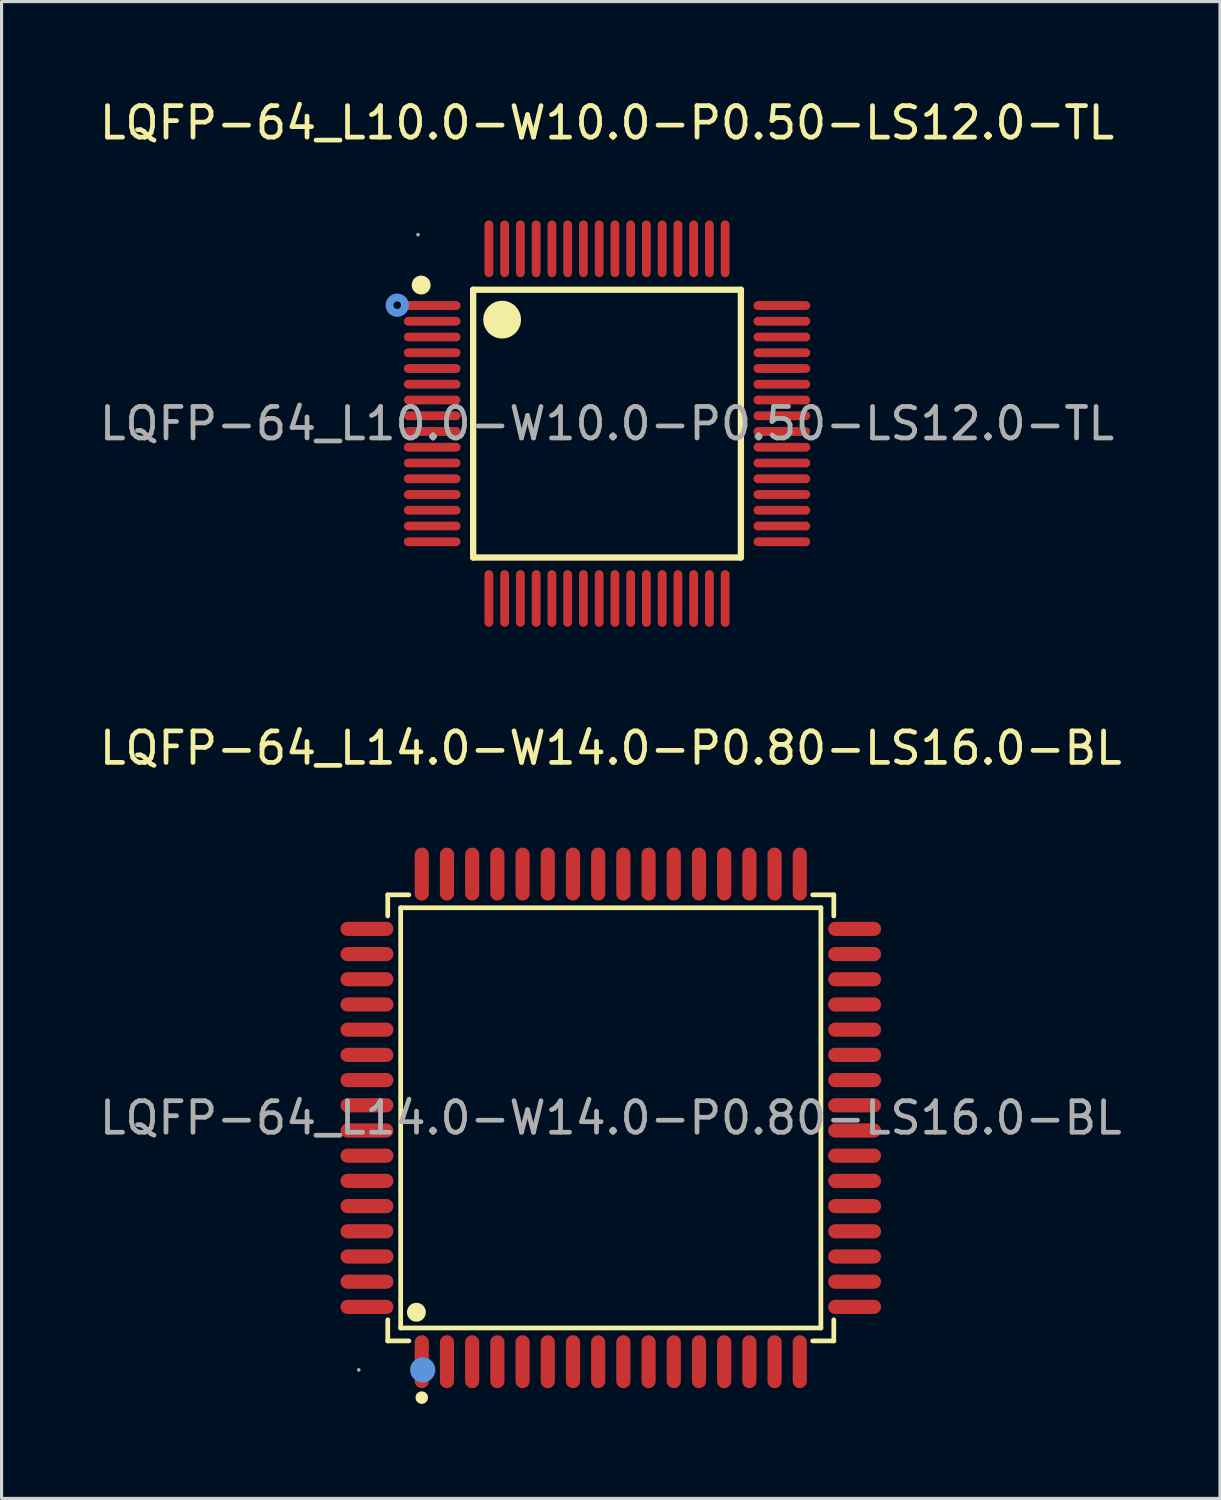
<source format=kicad_pcb>
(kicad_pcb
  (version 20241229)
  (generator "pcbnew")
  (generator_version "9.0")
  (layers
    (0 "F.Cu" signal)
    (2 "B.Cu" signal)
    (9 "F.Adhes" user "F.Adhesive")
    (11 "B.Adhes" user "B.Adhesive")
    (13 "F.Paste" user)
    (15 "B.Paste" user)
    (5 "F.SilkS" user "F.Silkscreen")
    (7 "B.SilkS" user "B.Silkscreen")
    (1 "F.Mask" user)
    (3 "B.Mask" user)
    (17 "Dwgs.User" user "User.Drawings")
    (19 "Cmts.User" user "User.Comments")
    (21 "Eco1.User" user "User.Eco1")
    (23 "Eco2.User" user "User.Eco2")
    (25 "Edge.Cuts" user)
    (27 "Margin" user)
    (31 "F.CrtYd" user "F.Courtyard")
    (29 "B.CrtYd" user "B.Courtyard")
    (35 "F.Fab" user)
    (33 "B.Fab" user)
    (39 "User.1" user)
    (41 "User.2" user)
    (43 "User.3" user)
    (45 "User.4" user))
  (footprint "LQFP-64_L10.0-W10.0-P0.50-LS12.0-TL"
    (layer "F.Cu")
    (at 16.22 10.398)
    (property "Reference" "LQFP-64_L10.0-W10.0-P0.50-LS12.0-TL" (at 0 -9.55 0) (layer "F.SilkS") (effects (font (size 1 1) (thickness 0.15))))
    (attr through_hole)
    (fp_line (start -4.25 -4.25) (end -4.25 4.25) (stroke (width 0.2) (type solid)) (layer "F.SilkS"))
    (fp_line (start -4.25 4.25) (end 4.25 4.25) (stroke (width 0.2) (type solid)) (layer "F.SilkS"))
    (fp_line (start 4.25 -4.25) (end -4.25 -4.25) (stroke (width 0.2) (type solid)) (layer "F.SilkS"))
    (fp_line (start 4.25 4.25) (end 4.25 -4.25) (stroke (width 0.2) (type solid)) (layer "F.SilkS"))
    (fp_arc (start -5.75 -4.39) (mid -6.05025 -4.404995) (end -5.749667 -4.400016) (stroke (width 0.3) (type solid)) (layer "F.SilkS"))
    (fp_arc (start -3.03 -3.29) (mid -3.630125 -3.304999) (end -3.029833 -3.300004) (stroke (width 0.6) (type solid)) (layer "F.SilkS"))
    (fp_circle (center -6.66 -3.76) (end -6.54 -3.76) (stroke (width 0.25) (type solid)) (fill no) (layer "Cmts.User"))
    (fp_circle (center -6 -6) (end -5.97 -6) (stroke (width 0.06) (type solid)) (fill no) (layer "F.Fab"))
    (fp_text user "${REFERENCE}" (at 0 0 0) (layer "F.Fab") (effects (font (size 1 1) (thickness 0.15))))
    (pad "1" smd oval (at -5.55 -3.75) (size 1.8 0.28) (layers "F.Cu" "F.Mask" "F.Paste"))
    (pad "2" smd oval (at -5.55 -3.25) (size 1.8 0.28) (layers "F.Cu" "F.Mask" "F.Paste"))
    (pad "3" smd oval (at -5.55 -2.75) (size 1.8 0.28) (layers "F.Cu" "F.Mask" "F.Paste"))
    (pad "4" smd oval (at -5.55 -2.25) (size 1.8 0.28) (layers "F.Cu" "F.Mask" "F.Paste"))
    (pad "5" smd oval (at -5.55 -1.75) (size 1.8 0.28) (layers "F.Cu" "F.Mask" "F.Paste"))
    (pad "6" smd oval (at -5.55 -1.25) (size 1.8 0.28) (layers "F.Cu" "F.Mask" "F.Paste"))
    (pad "7" smd oval (at -5.55 -0.75) (size 1.8 0.28) (layers "F.Cu" "F.Mask" "F.Paste"))
    (pad "8" smd oval (at -5.55 -0.25) (size 1.8 0.28) (layers "F.Cu" "F.Mask" "F.Paste"))
    (pad "9" smd oval (at -5.55 0.25) (size 1.8 0.28) (layers "F.Cu" "F.Mask" "F.Paste"))
    (pad "10" smd oval (at -5.55 0.75) (size 1.8 0.28) (layers "F.Cu" "F.Mask" "F.Paste"))
    (pad "11" smd oval (at -5.55 1.25) (size 1.8 0.28) (layers "F.Cu" "F.Mask" "F.Paste"))
    (pad "12" smd oval (at -5.55 1.75) (size 1.8 0.28) (layers "F.Cu" "F.Mask" "F.Paste"))
    (pad "13" smd oval (at -5.55 2.25) (size 1.8 0.28) (layers "F.Cu" "F.Mask" "F.Paste"))
    (pad "14" smd oval (at -5.55 2.75) (size 1.8 0.28) (layers "F.Cu" "F.Mask" "F.Paste"))
    (pad "15" smd oval (at -5.55 3.25) (size 1.8 0.28) (layers "F.Cu" "F.Mask" "F.Paste"))
    (pad "16" smd oval (at -5.55 3.75) (size 1.8 0.28) (layers "F.Cu" "F.Mask" "F.Paste"))
    (pad "17" smd oval (at -3.75 5.55) (size 0.28 1.8) (layers "F.Cu" "F.Mask" "F.Paste"))
    (pad "18" smd oval (at -3.25 5.55) (size 0.28 1.8) (layers "F.Cu" "F.Mask" "F.Paste"))
    (pad "19" smd oval (at -2.75 5.55) (size 0.28 1.8) (layers "F.Cu" "F.Mask" "F.Paste"))
    (pad "20" smd oval (at -2.25 5.55) (size 0.28 1.8) (layers "F.Cu" "F.Mask" "F.Paste"))
    (pad "21" smd oval (at -1.75 5.55) (size 0.28 1.8) (layers "F.Cu" "F.Mask" "F.Paste"))
    (pad "22" smd oval (at -1.25 5.55) (size 0.28 1.8) (layers "F.Cu" "F.Mask" "F.Paste"))
    (pad "23" smd oval (at -0.75 5.55) (size 0.28 1.8) (layers "F.Cu" "F.Mask" "F.Paste"))
    (pad "24" smd oval (at -0.25 5.55) (size 0.28 1.8) (layers "F.Cu" "F.Mask" "F.Paste"))
    (pad "25" smd oval (at 0.25 5.55) (size 0.28 1.8) (layers "F.Cu" "F.Mask" "F.Paste"))
    (pad "26" smd oval (at 0.75 5.55) (size 0.28 1.8) (layers "F.Cu" "F.Mask" "F.Paste"))
    (pad "27" smd oval (at 1.25 5.55) (size 0.28 1.8) (layers "F.Cu" "F.Mask" "F.Paste"))
    (pad "28" smd oval (at 1.75 5.55) (size 0.28 1.8) (layers "F.Cu" "F.Mask" "F.Paste"))
    (pad "29" smd oval (at 2.25 5.55) (size 0.28 1.8) (layers "F.Cu" "F.Mask" "F.Paste"))
    (pad "30" smd oval (at 2.75 5.55) (size 0.28 1.8) (layers "F.Cu" "F.Mask" "F.Paste"))
    (pad "31" smd oval (at 3.25 5.55) (size 0.28 1.8) (layers "F.Cu" "F.Mask" "F.Paste"))
    (pad "32" smd oval (at 3.75 5.55) (size 0.28 1.8) (layers "F.Cu" "F.Mask" "F.Paste"))
    (pad "33" smd oval (at 5.55 3.75) (size 1.8 0.28) (layers "F.Cu" "F.Mask" "F.Paste"))
    (pad "34" smd oval (at 5.55 3.25) (size 1.8 0.28) (layers "F.Cu" "F.Mask" "F.Paste"))
    (pad "35" smd oval (at 5.55 2.75) (size 1.8 0.28) (layers "F.Cu" "F.Mask" "F.Paste"))
    (pad "36" smd oval (at 5.55 2.25) (size 1.8 0.28) (layers "F.Cu" "F.Mask" "F.Paste"))
    (pad "37" smd oval (at 5.55 1.75) (size 1.8 0.28) (layers "F.Cu" "F.Mask" "F.Paste"))
    (pad "38" smd oval (at 5.55 1.25) (size 1.8 0.28) (layers "F.Cu" "F.Mask" "F.Paste"))
    (pad "39" smd oval (at 5.55 0.75) (size 1.8 0.28) (layers "F.Cu" "F.Mask" "F.Paste"))
    (pad "40" smd oval (at 5.55 0.25) (size 1.8 0.28) (layers "F.Cu" "F.Mask" "F.Paste"))
    (pad "41" smd oval (at 5.55 -0.25) (size 1.8 0.28) (layers "F.Cu" "F.Mask" "F.Paste"))
    (pad "42" smd oval (at 5.55 -0.75) (size 1.8 0.28) (layers "F.Cu" "F.Mask" "F.Paste"))
    (pad "43" smd oval (at 5.55 -1.25) (size 1.8 0.28) (layers "F.Cu" "F.Mask" "F.Paste"))
    (pad "44" smd oval (at 5.55 -1.75) (size 1.8 0.28) (layers "F.Cu" "F.Mask" "F.Paste"))
    (pad "45" smd oval (at 5.55 -2.25) (size 1.8 0.28) (layers "F.Cu" "F.Mask" "F.Paste"))
    (pad "46" smd oval (at 5.55 -2.75) (size 1.8 0.28) (layers "F.Cu" "F.Mask" "F.Paste"))
    (pad "47" smd oval (at 5.55 -3.25) (size 1.8 0.28) (layers "F.Cu" "F.Mask" "F.Paste"))
    (pad "48" smd oval (at 5.55 -3.75) (size 1.8 0.28) (layers "F.Cu" "F.Mask" "F.Paste"))
    (pad "49" smd oval (at 3.75 -5.55) (size 0.28 1.8) (layers "F.Cu" "F.Mask" "F.Paste"))
    (pad "50" smd oval (at 3.25 -5.55) (size 0.28 1.8) (layers "F.Cu" "F.Mask" "F.Paste"))
    (pad "51" smd oval (at 2.75 -5.55) (size 0.28 1.8) (layers "F.Cu" "F.Mask" "F.Paste"))
    (pad "52" smd oval (at 2.25 -5.55) (size 0.28 1.8) (layers "F.Cu" "F.Mask" "F.Paste"))
    (pad "53" smd oval (at 1.75 -5.55) (size 0.28 1.8) (layers "F.Cu" "F.Mask" "F.Paste"))
    (pad "54" smd oval (at 1.25 -5.55) (size 0.28 1.8) (layers "F.Cu" "F.Mask" "F.Paste"))
    (pad "55" smd oval (at 0.75 -5.55) (size 0.28 1.8) (layers "F.Cu" "F.Mask" "F.Paste"))
    (pad "56" smd oval (at 0.25 -5.55) (size 0.28 1.8) (layers "F.Cu" "F.Mask" "F.Paste"))
    (pad "57" smd oval (at -0.25 -5.55) (size 0.28 1.8) (layers "F.Cu" "F.Mask" "F.Paste"))
    (pad "58" smd oval (at -0.75 -5.55) (size 0.28 1.8) (layers "F.Cu" "F.Mask" "F.Paste"))
    (pad "59" smd oval (at -1.25 -5.55) (size 0.28 1.8) (layers "F.Cu" "F.Mask" "F.Paste"))
    (pad "60" smd oval (at -1.75 -5.55) (size 0.28 1.8) (layers "F.Cu" "F.Mask" "F.Paste"))
    (pad "61" smd oval (at -2.25 -5.55) (size 0.28 1.8) (layers "F.Cu" "F.Mask" "F.Paste"))
    (pad "62" smd oval (at -2.75 -5.55) (size 0.28 1.8) (layers "F.Cu" "F.Mask" "F.Paste"))
    (pad "63" smd oval (at -3.25 -5.55) (size 0.28 1.8) (layers "F.Cu" "F.Mask" "F.Paste"))
    (pad "64" smd oval (at -3.75 -5.55) (size 0.28 1.8) (layers "F.Cu" "F.Mask" "F.Paste")))
  (footprint "LQFP-64_L14.0-W14.0-P0.80-LS16.0-BL"
    (layer "F.Cu")
    (at 16.339 32.437)
    (property "Reference" "LQFP-64_L14.0-W14.0-P0.80-LS16.0-BL" (at 0 -11.74 0) (layer "F.SilkS") (effects (font (size 1 1) (thickness 0.15))))
    (attr through_hole)
    (fp_line (start -7.08 -7.08) (end -6.41 -7.08) (stroke (width 0.15) (type solid)) (layer "F.SilkS"))
    (fp_line (start -7.08 -6.41) (end -7.08 -7.08) (stroke (width 0.15) (type solid)) (layer "F.SilkS"))
    (fp_line (start -7.08 6.41) (end -7.08 7.08) (stroke (width 0.15) (type solid)) (layer "F.SilkS"))
    (fp_line (start -7.08 7.08) (end -6.41 7.08) (stroke (width 0.15) (type solid)) (layer "F.SilkS"))
    (fp_line (start -6.67 -6.67) (end 6.67 -6.67) (stroke (width 0.15) (type solid)) (layer "F.SilkS"))
    (fp_line (start -6.67 6.67) (end -6.67 -6.67) (stroke (width 0.15) (type solid)) (layer "F.SilkS"))
    (fp_line (start 6.67 -6.67) (end 6.67 6.67) (stroke (width 0.15) (type solid)) (layer "F.SilkS"))
    (fp_line (start 6.67 6.67) (end -6.67 6.67) (stroke (width 0.15) (type solid)) (layer "F.SilkS"))
    (fp_line (start 7.08 -7.08) (end 6.41 -7.08) (stroke (width 0.15) (type solid)) (layer "F.SilkS"))
    (fp_line (start 7.08 -6.41) (end 7.08 -7.08) (stroke (width 0.15) (type solid)) (layer "F.SilkS"))
    (fp_line (start 7.08 6.41) (end 7.08 7.08) (stroke (width 0.15) (type solid)) (layer "F.SilkS"))
    (fp_line (start 7.08 7.08) (end 6.41 7.08) (stroke (width 0.15) (type solid)) (layer "F.SilkS"))
    (fp_circle (center -6.17 6.17) (end -6.02 6.17) (stroke (width 0.3) (type solid)) (fill no) (layer "F.SilkS"))
    (fp_circle (center -6 8.88) (end -5.9 8.88) (stroke (width 0.2) (type solid)) (fill no) (layer "F.SilkS"))
    (fp_circle (center -5.97 8) (end -5.77 8) (stroke (width 0.4) (type solid)) (fill no) (layer "Cmts.User"))
    (fp_circle (center -8 8) (end -7.97 8) (stroke (width 0.06) (type solid)) (fill no) (layer "F.Fab"))
    (fp_text user "${REFERENCE}" (at 0 0 0) (layer "F.Fab") (effects (font (size 1 1) (thickness 0.15))))
    (pad "1" smd oval (at -6 7.74) (size 0.45 1.68) (layers "F.Cu" "F.Mask" "F.Paste"))
    (pad "2" smd oval (at -5.2 7.74) (size 0.45 1.68) (layers "F.Cu" "F.Mask" "F.Paste"))
    (pad "3" smd oval (at -4.4 7.74) (size 0.45 1.68) (layers "F.Cu" "F.Mask" "F.Paste"))
    (pad "4" smd oval (at -3.6 7.74) (size 0.45 1.68) (layers "F.Cu" "F.Mask" "F.Paste"))
    (pad "5" smd oval (at -2.8 7.74) (size 0.45 1.68) (layers "F.Cu" "F.Mask" "F.Paste"))
    (pad "6" smd oval (at -2 7.74) (size 0.45 1.68) (layers "F.Cu" "F.Mask" "F.Paste"))
    (pad "7" smd oval (at -1.2 7.74) (size 0.45 1.68) (layers "F.Cu" "F.Mask" "F.Paste"))
    (pad "8" smd oval (at -0.4 7.74) (size 0.45 1.68) (layers "F.Cu" "F.Mask" "F.Paste"))
    (pad "9" smd oval (at 0.4 7.74) (size 0.45 1.68) (layers "F.Cu" "F.Mask" "F.Paste"))
    (pad "10" smd oval (at 1.2 7.74) (size 0.45 1.68) (layers "F.Cu" "F.Mask" "F.Paste"))
    (pad "11" smd oval (at 2 7.74) (size 0.45 1.68) (layers "F.Cu" "F.Mask" "F.Paste"))
    (pad "12" smd oval (at 2.8 7.74) (size 0.45 1.68) (layers "F.Cu" "F.Mask" "F.Paste"))
    (pad "13" smd oval (at 3.6 7.74) (size 0.45 1.68) (layers "F.Cu" "F.Mask" "F.Paste"))
    (pad "14" smd oval (at 4.4 7.74) (size 0.45 1.68) (layers "F.Cu" "F.Mask" "F.Paste"))
    (pad "15" smd oval (at 5.2 7.74) (size 0.45 1.68) (layers "F.Cu" "F.Mask" "F.Paste"))
    (pad "16" smd oval (at 6 7.74) (size 0.45 1.68) (layers "F.Cu" "F.Mask" "F.Paste"))
    (pad "17" smd oval (at 7.74 6) (size 1.68 0.45) (layers "F.Cu" "F.Mask" "F.Paste"))
    (pad "18" smd oval (at 7.74 5.2) (size 1.68 0.45) (layers "F.Cu" "F.Mask" "F.Paste"))
    (pad "19" smd oval (at 7.74 4.4) (size 1.68 0.45) (layers "F.Cu" "F.Mask" "F.Paste"))
    (pad "20" smd oval (at 7.74 3.6) (size 1.68 0.45) (layers "F.Cu" "F.Mask" "F.Paste"))
    (pad "21" smd oval (at 7.74 2.8) (size 1.68 0.45) (layers "F.Cu" "F.Mask" "F.Paste"))
    (pad "22" smd oval (at 7.74 2) (size 1.68 0.45) (layers "F.Cu" "F.Mask" "F.Paste"))
    (pad "23" smd oval (at 7.74 1.2) (size 1.68 0.45) (layers "F.Cu" "F.Mask" "F.Paste"))
    (pad "24" smd oval (at 7.74 0.4) (size 1.68 0.45) (layers "F.Cu" "F.Mask" "F.Paste"))
    (pad "25" smd oval (at 7.74 -0.4) (size 1.68 0.45) (layers "F.Cu" "F.Mask" "F.Paste"))
    (pad "26" smd oval (at 7.74 -1.2) (size 1.68 0.45) (layers "F.Cu" "F.Mask" "F.Paste"))
    (pad "27" smd oval (at 7.74 -2) (size 1.68 0.45) (layers "F.Cu" "F.Mask" "F.Paste"))
    (pad "28" smd oval (at 7.74 -2.8) (size 1.68 0.45) (layers "F.Cu" "F.Mask" "F.Paste"))
    (pad "29" smd oval (at 7.74 -3.6) (size 1.68 0.45) (layers "F.Cu" "F.Mask" "F.Paste"))
    (pad "30" smd oval (at 7.74 -4.4) (size 1.68 0.45) (layers "F.Cu" "F.Mask" "F.Paste"))
    (pad "31" smd oval (at 7.74 -5.2) (size 1.68 0.45) (layers "F.Cu" "F.Mask" "F.Paste"))
    (pad "32" smd oval (at 7.74 -6) (size 1.68 0.45) (layers "F.Cu" "F.Mask" "F.Paste"))
    (pad "33" smd oval (at 6 -7.74) (size 0.45 1.68) (layers "F.Cu" "F.Mask" "F.Paste"))
    (pad "34" smd oval (at 5.2 -7.74) (size 0.45 1.68) (layers "F.Cu" "F.Mask" "F.Paste"))
    (pad "35" smd oval (at 4.4 -7.74) (size 0.45 1.68) (layers "F.Cu" "F.Mask" "F.Paste"))
    (pad "36" smd oval (at 3.6 -7.74) (size 0.45 1.68) (layers "F.Cu" "F.Mask" "F.Paste"))
    (pad "37" smd oval (at 2.8 -7.74) (size 0.45 1.68) (layers "F.Cu" "F.Mask" "F.Paste"))
    (pad "38" smd oval (at 2 -7.74) (size 0.45 1.68) (layers "F.Cu" "F.Mask" "F.Paste"))
    (pad "39" smd oval (at 1.2 -7.74) (size 0.45 1.68) (layers "F.Cu" "F.Mask" "F.Paste"))
    (pad "40" smd oval (at 0.4 -7.74) (size 0.45 1.68) (layers "F.Cu" "F.Mask" "F.Paste"))
    (pad "41" smd oval (at -0.4 -7.74) (size 0.45 1.68) (layers "F.Cu" "F.Mask" "F.Paste"))
    (pad "42" smd oval (at -1.2 -7.74) (size 0.45 1.68) (layers "F.Cu" "F.Mask" "F.Paste"))
    (pad "43" smd oval (at -2 -7.74) (size 0.45 1.68) (layers "F.Cu" "F.Mask" "F.Paste"))
    (pad "44" smd oval (at -2.8 -7.74) (size 0.45 1.68) (layers "F.Cu" "F.Mask" "F.Paste"))
    (pad "45" smd oval (at -3.6 -7.74) (size 0.45 1.68) (layers "F.Cu" "F.Mask" "F.Paste"))
    (pad "46" smd oval (at -4.4 -7.74) (size 0.45 1.68) (layers "F.Cu" "F.Mask" "F.Paste"))
    (pad "47" smd oval (at -5.2 -7.74) (size 0.45 1.68) (layers "F.Cu" "F.Mask" "F.Paste"))
    (pad "48" smd oval (at -6 -7.74) (size 0.45 1.68) (layers "F.Cu" "F.Mask" "F.Paste"))
    (pad "49" smd oval (at -7.74 -6) (size 1.68 0.45) (layers "F.Cu" "F.Mask" "F.Paste"))
    (pad "50" smd oval (at -7.74 -5.2) (size 1.68 0.45) (layers "F.Cu" "F.Mask" "F.Paste"))
    (pad "51" smd oval (at -7.74 -4.4) (size 1.68 0.45) (layers "F.Cu" "F.Mask" "F.Paste"))
    (pad "52" smd oval (at -7.74 -3.6) (size 1.68 0.45) (layers "F.Cu" "F.Mask" "F.Paste"))
    (pad "53" smd oval (at -7.74 -2.8) (size 1.68 0.45) (layers "F.Cu" "F.Mask" "F.Paste"))
    (pad "54" smd oval (at -7.74 -2) (size 1.68 0.45) (layers "F.Cu" "F.Mask" "F.Paste"))
    (pad "55" smd oval (at -7.74 -1.2) (size 1.68 0.45) (layers "F.Cu" "F.Mask" "F.Paste"))
    (pad "56" smd oval (at -7.74 -0.4) (size 1.68 0.45) (layers "F.Cu" "F.Mask" "F.Paste"))
    (pad "57" smd oval (at -7.74 0.4) (size 1.68 0.45) (layers "F.Cu" "F.Mask" "F.Paste"))
    (pad "58" smd oval (at -7.74 1.2) (size 1.68 0.45) (layers "F.Cu" "F.Mask" "F.Paste"))
    (pad "59" smd oval (at -7.74 2) (size 1.68 0.45) (layers "F.Cu" "F.Mask" "F.Paste"))
    (pad "60" smd oval (at -7.74 2.8) (size 1.68 0.45) (layers "F.Cu" "F.Mask" "F.Paste"))
    (pad "61" smd oval (at -7.74 3.6) (size 1.68 0.45) (layers "F.Cu" "F.Mask" "F.Paste"))
    (pad "62" smd oval (at -7.74 4.4) (size 1.68 0.45) (layers "F.Cu" "F.Mask" "F.Paste"))
    (pad "63" smd oval (at -7.74 5.2) (size 1.68 0.45) (layers "F.Cu" "F.Mask" "F.Paste"))
    (pad "64" smd oval (at -7.74 6) (size 1.68 0.45) (layers "F.Cu" "F.Mask" "F.Paste")))
  (gr_rect
    (start -3 -3)
    (end 35.679 44.517)
    (stroke (width 0.1) (type default))
    (fill no)
    (layer "Edge.Cuts")))
</source>
